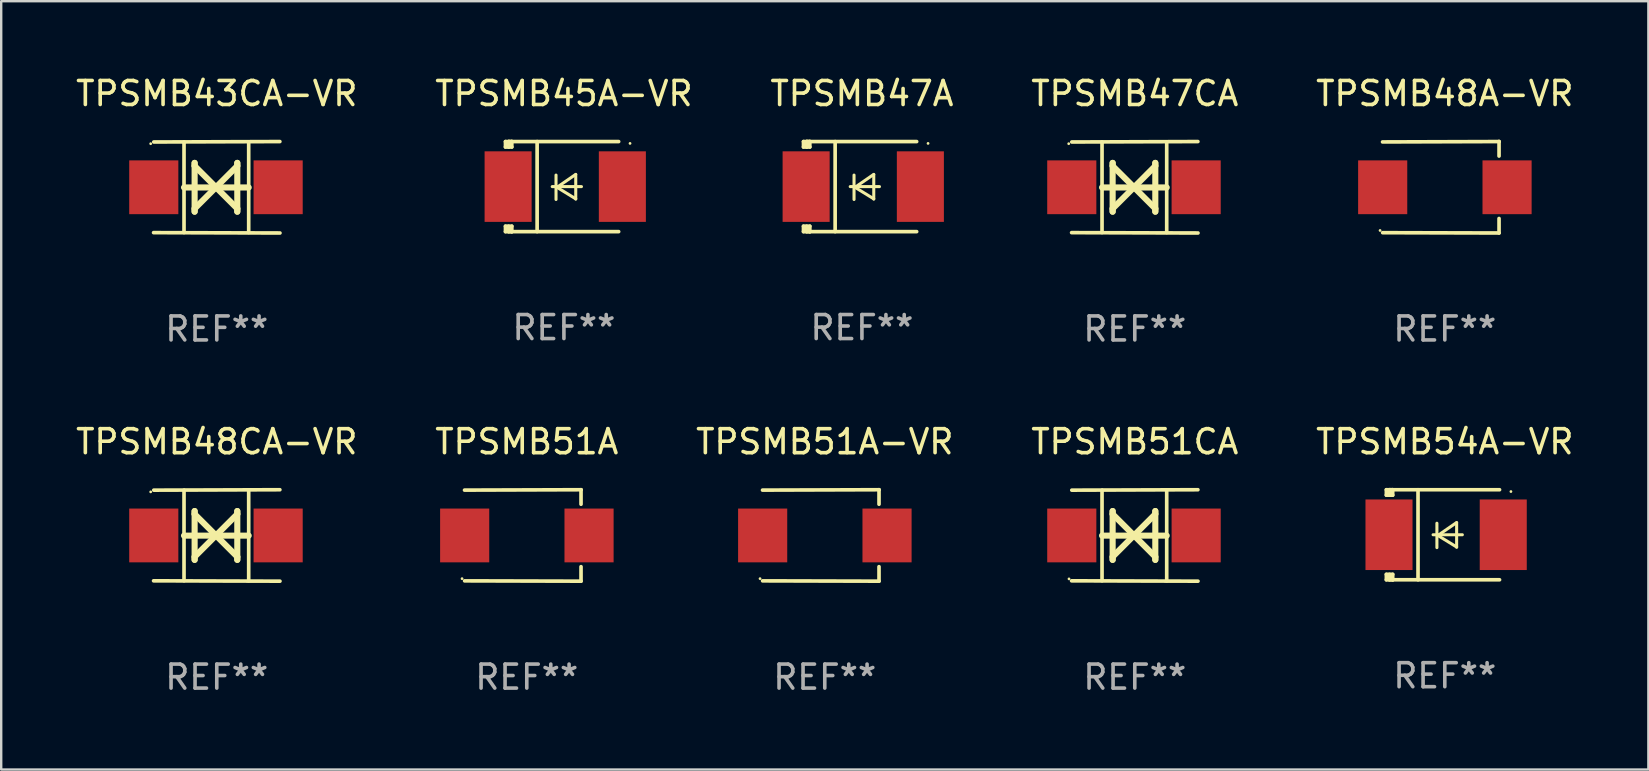
<source format=kicad_pcb>
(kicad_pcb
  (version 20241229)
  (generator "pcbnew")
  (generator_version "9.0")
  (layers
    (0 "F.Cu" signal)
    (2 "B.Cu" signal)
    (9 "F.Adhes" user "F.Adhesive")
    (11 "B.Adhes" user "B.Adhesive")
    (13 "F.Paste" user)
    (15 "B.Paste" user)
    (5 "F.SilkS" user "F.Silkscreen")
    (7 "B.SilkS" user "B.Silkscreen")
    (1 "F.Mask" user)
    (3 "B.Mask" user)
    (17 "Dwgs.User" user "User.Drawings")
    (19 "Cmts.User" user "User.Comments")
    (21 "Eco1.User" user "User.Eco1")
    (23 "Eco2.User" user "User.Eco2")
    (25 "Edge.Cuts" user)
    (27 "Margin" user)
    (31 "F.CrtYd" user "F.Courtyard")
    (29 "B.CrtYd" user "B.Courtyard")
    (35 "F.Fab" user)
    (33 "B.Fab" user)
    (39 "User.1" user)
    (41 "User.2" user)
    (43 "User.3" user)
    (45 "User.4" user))
  (footprint "TPSMB47CA"
    (layer "F.Cu")
    (at 44.232 4.753)
    (property "Reference" "TPSMB47CA" (at 0 -3.905 0) (layer "F.SilkS") (effects (font (size 1 1) (thickness 0.15))))
    (attr through_hole)
    (fp_line (start -1.365 1.886) (end -1.365 -1.886) (stroke (width 0.152) (type solid)) (layer "F.SilkS"))
    (fp_line (start -1.365 0.008) (end 1.33 0.008) (stroke (width 0.254) (type solid)) (layer "F.SilkS"))
    (fp_line (start -0.923 -1.016) (end -0.923 1.016) (stroke (width 0.254) (type solid)) (layer "F.SilkS"))
    (fp_line (start -0.923 -0.889) (end -0.923 -1.016) (stroke (width 0.254) (type solid)) (layer "F.SilkS"))
    (fp_line (start -0.923 0.889) (end -0.034 0) (stroke (width 0.254) (type solid)) (layer "F.SilkS"))
    (fp_line (start -0.923 1.016) (end -0.923 0.889) (stroke (width 0.254) (type solid)) (layer "F.SilkS"))
    (fp_line (start -0.034 0) (end -0.923 -0.889) (stroke (width 0.254) (type solid)) (layer "F.SilkS"))
    (fp_line (start -0.034 0) (end 0.855 0.889) (stroke (width 0.254) (type solid)) (layer "F.SilkS"))
    (fp_line (start 0.855 -1.016) (end 0.855 -0.889) (stroke (width 0.254) (type solid)) (layer "F.SilkS"))
    (fp_line (start 0.855 -0.889) (end -0.034 0) (stroke (width 0.254) (type solid)) (layer "F.SilkS"))
    (fp_line (start 0.855 0.889) (end 0.855 1.016) (stroke (width 0.254) (type solid)) (layer "F.SilkS"))
    (fp_line (start 0.855 1.016) (end 0.855 -1.016) (stroke (width 0.254) (type solid)) (layer "F.SilkS"))
    (fp_line (start 1.33 1.886) (end 1.33 -1.886) (stroke (width 0.152) (type solid)) (layer "F.SilkS"))
    (fp_line (start 2.629 -1.905) (end -2.625 -1.887) (stroke (width 0.152) (type solid)) (layer "F.SilkS"))
    (fp_line (start 2.633 1.905) (end -2.633 1.89) (stroke (width 0.152) (type solid)) (layer "F.SilkS"))
    (fp_circle (center -2.753 -1.816) (end -2.723 -1.816) (stroke (width 0.06) (type solid)) (fill no) (layer "F.SilkS"))
    (fp_text user "REF**" (at 0 5.905 0) (layer "F.Fab") (effects (font (size 1 1) (thickness 0.15))))
    (pad "1" smd rect (at -2.625 0) (size 2.047 2.241) (layers "F.Cu" "F.Mask" "F.Paste"))
    (pad "2" smd rect (at 2.557 0) (size 2.047 2.241) (layers "F.Cu" "F.Mask" "F.Paste")))
  (footprint "TPSMB48CA-VR"
    (layer "F.Cu")
    (at 5.982 19.26)
    (property "Reference" "TPSMB48CA-VR" (at 0 -3.905 0) (layer "F.SilkS") (effects (font (size 1 1) (thickness 0.15))))
    (attr through_hole)
    (fp_line (start -1.365 1.886) (end -1.365 -1.886) (stroke (width 0.152) (type solid)) (layer "F.SilkS"))
    (fp_line (start -1.365 0.008) (end 1.33 0.008) (stroke (width 0.254) (type solid)) (layer "F.SilkS"))
    (fp_line (start -0.923 -1.016) (end -0.923 1.016) (stroke (width 0.254) (type solid)) (layer "F.SilkS"))
    (fp_line (start -0.923 -0.889) (end -0.923 -1.016) (stroke (width 0.254) (type solid)) (layer "F.SilkS"))
    (fp_line (start -0.923 0.889) (end -0.034 0) (stroke (width 0.254) (type solid)) (layer "F.SilkS"))
    (fp_line (start -0.923 1.016) (end -0.923 0.889) (stroke (width 0.254) (type solid)) (layer "F.SilkS"))
    (fp_line (start -0.034 0) (end -0.923 -0.889) (stroke (width 0.254) (type solid)) (layer "F.SilkS"))
    (fp_line (start -0.034 0) (end 0.855 0.889) (stroke (width 0.254) (type solid)) (layer "F.SilkS"))
    (fp_line (start 0.855 -1.016) (end 0.855 -0.889) (stroke (width 0.254) (type solid)) (layer "F.SilkS"))
    (fp_line (start 0.855 -0.889) (end -0.034 0) (stroke (width 0.254) (type solid)) (layer "F.SilkS"))
    (fp_line (start 0.855 0.889) (end 0.855 1.016) (stroke (width 0.254) (type solid)) (layer "F.SilkS"))
    (fp_line (start 0.855 1.016) (end 0.855 -1.016) (stroke (width 0.254) (type solid)) (layer "F.SilkS"))
    (fp_line (start 1.33 1.886) (end 1.33 -1.886) (stroke (width 0.152) (type solid)) (layer "F.SilkS"))
    (fp_line (start 2.629 -1.905) (end -2.625 -1.887) (stroke (width 0.152) (type solid)) (layer "F.SilkS"))
    (fp_line (start 2.633 1.905) (end -2.633 1.89) (stroke (width 0.152) (type solid)) (layer "F.SilkS"))
    (fp_circle (center -2.753 -1.816) (end -2.723 -1.816) (stroke (width 0.06) (type solid)) (fill no) (layer "F.SilkS"))
    (fp_text user "REF**" (at 0 5.905 0) (layer "F.Fab") (effects (font (size 1 1) (thickness 0.15))))
    (pad "1" smd rect (at -2.625 0) (size 2.047 2.241) (layers "F.Cu" "F.Mask" "F.Paste"))
    (pad "2" smd rect (at 2.557 0) (size 2.047 2.241) (layers "F.Cu" "F.Mask" "F.Paste")))
  (footprint "TPSMB51A"
    (layer "F.Cu")
    (at 18.899 19.26)
    (property "Reference" "TPSMB51A" (at 0 -3.905 0) (layer "F.SilkS") (effects (font (size 1 1) (thickness 0.15))))
    (attr through_hole)
    (fp_line (start 2.256 -1.905) (end -2.594 -1.889) (stroke (width 0.152) (type solid)) (layer "F.SilkS"))
    (fp_line (start 2.256 -1.905) (end 2.26 -1.905) (stroke (width 0.152) (type solid)) (layer "F.SilkS"))
    (fp_line (start 2.26 -1.905) (end 2.26 -1.301) (stroke (width 0.152) (type solid)) (layer "F.SilkS"))
    (fp_line (start 2.26 1.301) (end 2.26 1.905) (stroke (width 0.152) (type solid)) (layer "F.SilkS"))
    (fp_line (start 2.26 1.905) (end -2.59 1.892) (stroke (width 0.152) (type solid)) (layer "F.SilkS"))
    (fp_circle (center -2.697 1.8) (end -2.667 1.8) (stroke (width 0.06) (type solid)) (fill no) (layer "F.SilkS"))
    (fp_text user "REF**" (at 0 5.905 0) (layer "F.Fab") (effects (font (size 1 1) (thickness 0.15))))
    (pad "1" smd rect (at -2.588 0) (size 2.047 2.241) (layers "F.Cu" "F.Mask" "F.Paste"))
    (pad "2" smd rect (at 2.594 0) (size 2.047 2.241) (layers "F.Cu" "F.Mask" "F.Paste")))
  (footprint "TPSMB48A-VR"
    (layer "F.Cu")
    (at 57.149 4.753)
    (property "Reference" "TPSMB48A-VR" (at 0 -3.905 0) (layer "F.SilkS") (effects (font (size 1 1) (thickness 0.15))))
    (attr through_hole)
    (fp_line (start 2.256 -1.905) (end -2.594 -1.889) (stroke (width 0.152) (type solid)) (layer "F.SilkS"))
    (fp_line (start 2.256 -1.905) (end 2.26 -1.905) (stroke (width 0.152) (type solid)) (layer "F.SilkS"))
    (fp_line (start 2.26 -1.905) (end 2.26 -1.301) (stroke (width 0.152) (type solid)) (layer "F.SilkS"))
    (fp_line (start 2.26 1.301) (end 2.26 1.905) (stroke (width 0.152) (type solid)) (layer "F.SilkS"))
    (fp_line (start 2.26 1.905) (end -2.59 1.892) (stroke (width 0.152) (type solid)) (layer "F.SilkS"))
    (fp_circle (center -2.697 1.8) (end -2.667 1.8) (stroke (width 0.06) (type solid)) (fill no) (layer "F.SilkS"))
    (fp_text user "REF**" (at 0 5.905 0) (layer "F.Fab") (effects (font (size 1 1) (thickness 0.15))))
    (pad "1" smd rect (at -2.588 0) (size 2.047 2.241) (layers "F.Cu" "F.Mask" "F.Paste"))
    (pad "2" smd rect (at 2.594 0) (size 2.047 2.241) (layers "F.Cu" "F.Mask" "F.Paste")))
  (footprint "TPSMB45A-VR"
    (layer "F.Cu")
    (at 20.446 4.725)
    (property "Reference" "TPSMB45A-VR" (at 0 -3.876 0) (layer "F.SilkS") (effects (font (size 1 1) (thickness 0.15))))
    (attr through_hole)
    (fp_line (start -2.435 1.65) (end -2.171 1.65) (stroke (width 0.152) (type solid)) (layer "F.SilkS"))
    (fp_line (start -2.435 1.876) (end -2.435 1.65) (stroke (width 0.152) (type solid)) (layer "F.SilkS"))
    (fp_line (start -2.435 -1.876) (end -2.171 -1.876) (stroke (width 0.152) (type solid)) (layer "F.SilkS"))
    (fp_line (start -2.435 -1.65) (end -2.435 -1.876) (stroke (width 0.152) (type solid)) (layer "F.SilkS"))
    (fp_line (start -2.305 -1.866) (end -2.295 -1.876) (stroke (width 0.152) (type solid)) (layer "F.SilkS"))
    (fp_line (start -2.305 -1.65) (end -2.305 -1.866) (stroke (width 0.152) (type solid)) (layer "F.SilkS"))
    (fp_line (start -2.305 1.876) (end -2.305 1.65) (stroke (width 0.152) (type solid)) (layer "F.SilkS"))
    (fp_line (start -2.295 -1.876) (end -2.295 -1.65) (stroke (width 0.152) (type solid)) (layer "F.SilkS"))
    (fp_line (start -2.171 1.876) (end -2.435 1.876) (stroke (width 0.152) (type solid)) (layer "F.SilkS"))
    (fp_line (start -2.171 -1.65) (end -2.435 -1.65) (stroke (width 0.152) (type solid)) (layer "F.SilkS"))
    (fp_line (start -2.171 -1.876) (end -2.295 -1.876) (stroke (width 0.152) (type solid)) (layer "F.SilkS"))
    (fp_line (start -2.171 -1.65) (end -2.171 -1.876) (stroke (width 0.152) (type solid)) (layer "F.SilkS"))
    (fp_line (start -2.171 1.876) (end -2.305 1.876) (stroke (width 0.152) (type solid)) (layer "F.SilkS"))
    (fp_line (start -2.171 1.876) (end -2.171 1.65) (stroke (width 0.152) (type solid)) (layer "F.SilkS"))
    (fp_line (start -1.116 1.876) (end -1.116 -1.876) (stroke (width 0.152) (type solid)) (layer "F.SilkS"))
    (fp_line (start -0.488 0.000102) (end 0.731 0.000102) (stroke (width 0.127) (type solid)) (layer "F.SilkS"))
    (fp_line (start -0.329 -0.48) (end -0.329 0.536) (stroke (width 0.127) (type solid)) (layer "F.SilkS"))
    (fp_line (start -0.29 0.03) (end 0.493 0.51) (stroke (width 0.127) (type solid)) (layer "F.SilkS"))
    (fp_line (start 0.493 -0.51) (end -0.29 0.03) (stroke (width 0.127) (type solid)) (layer "F.SilkS"))
    (fp_line (start 0.493 0.52) (end 0.493 -0.496) (stroke (width 0.127) (type solid)) (layer "F.SilkS"))
    (fp_line (start 2.281 -1.876) (end -2.171 -1.876) (stroke (width 0.152) (type solid)) (layer "F.SilkS"))
    (fp_line (start 2.281 1.876) (end -2.171 1.876) (stroke (width 0.152) (type solid)) (layer "F.SilkS"))
    (fp_circle (center 2.755 -1.8) (end 2.785 -1.8) (stroke (width 0.06) (type solid)) (fill no) (layer "F.SilkS"))
    (fp_text user "REF**" (at 0 5.876 0) (layer "F.Fab") (effects (font (size 1 1) (thickness 0.15))))
    (pad "1" smd rect (at 2.435 -0.000025 180) (size 1.96 2.94) (layers "F.Cu" "F.Mask" "F.Paste"))
    (pad "2" smd rect (at -2.325 -0.000025 180) (size 1.96 2.94) (layers "F.Cu" "F.Mask" "F.Paste")))
  (footprint "TPSMB51CA"
    (layer "F.Cu")
    (at 44.232 19.26)
    (property "Reference" "TPSMB51CA" (at 0 -3.905 0) (layer "F.SilkS") (effects (font (size 1 1) (thickness 0.15))))
    (attr through_hole)
    (fp_line (start -1.365 1.886) (end -1.365 -1.886) (stroke (width 0.152) (type solid)) (layer "F.SilkS"))
    (fp_line (start -1.365 0.008) (end 1.33 0.008) (stroke (width 0.254) (type solid)) (layer "F.SilkS"))
    (fp_line (start -0.923 -1.016) (end -0.923 1.016) (stroke (width 0.254) (type solid)) (layer "F.SilkS"))
    (fp_line (start -0.923 -0.889) (end -0.923 -1.016) (stroke (width 0.254) (type solid)) (layer "F.SilkS"))
    (fp_line (start -0.923 0.889) (end -0.034 0) (stroke (width 0.254) (type solid)) (layer "F.SilkS"))
    (fp_line (start -0.923 1.016) (end -0.923 0.889) (stroke (width 0.254) (type solid)) (layer "F.SilkS"))
    (fp_line (start -0.034 0) (end -0.923 -0.889) (stroke (width 0.254) (type solid)) (layer "F.SilkS"))
    (fp_line (start -0.034 0) (end 0.855 0.889) (stroke (width 0.254) (type solid)) (layer "F.SilkS"))
    (fp_line (start 0.855 -1.016) (end 0.855 -0.889) (stroke (width 0.254) (type solid)) (layer "F.SilkS"))
    (fp_line (start 0.855 -0.889) (end -0.034 0) (stroke (width 0.254) (type solid)) (layer "F.SilkS"))
    (fp_line (start 0.855 0.889) (end 0.855 1.016) (stroke (width 0.254) (type solid)) (layer "F.SilkS"))
    (fp_line (start 0.855 1.016) (end 0.855 -1.016) (stroke (width 0.254) (type solid)) (layer "F.SilkS"))
    (fp_line (start 1.33 1.886) (end 1.33 -1.886) (stroke (width 0.152) (type solid)) (layer "F.SilkS"))
    (fp_line (start 2.629 -1.905) (end -2.625 -1.887) (stroke (width 0.152) (type solid)) (layer "F.SilkS"))
    (fp_line (start 2.633 1.905) (end -2.633 1.89) (stroke (width 0.152) (type solid)) (layer "F.SilkS"))
    (fp_circle (center -2.741 1.81) (end -2.711 1.81) (stroke (width 0.06) (type solid)) (fill no) (layer "F.SilkS"))
    (fp_text user "REF**" (at 0 5.905 0) (layer "F.Fab") (effects (font (size 1 1) (thickness 0.15))))
    (pad "1" smd rect (at -2.625 0) (size 2.047 2.241) (layers "F.Cu" "F.Mask" "F.Paste"))
    (pad "2" smd rect (at 2.557 0) (size 2.047 2.241) (layers "F.Cu" "F.Mask" "F.Paste")))
  (footprint "TPSMB51A-VR"
    (layer "F.Cu")
    (at 31.315 19.26)
    (property "Reference" "TPSMB51A-VR" (at 0 -3.905 0) (layer "F.SilkS") (effects (font (size 1 1) (thickness 0.15))))
    (attr through_hole)
    (fp_line (start 2.256 -1.905) (end -2.594 -1.889) (stroke (width 0.152) (type solid)) (layer "F.SilkS"))
    (fp_line (start 2.256 -1.905) (end 2.26 -1.905) (stroke (width 0.152) (type solid)) (layer "F.SilkS"))
    (fp_line (start 2.26 -1.905) (end 2.26 -1.301) (stroke (width 0.152) (type solid)) (layer "F.SilkS"))
    (fp_line (start 2.26 1.301) (end 2.26 1.905) (stroke (width 0.152) (type solid)) (layer "F.SilkS"))
    (fp_line (start 2.26 1.905) (end -2.59 1.892) (stroke (width 0.152) (type solid)) (layer "F.SilkS"))
    (fp_circle (center -2.697 1.8) (end -2.667 1.8) (stroke (width 0.06) (type solid)) (fill no) (layer "F.SilkS"))
    (fp_text user "REF**" (at 0 5.905 0) (layer "F.Fab") (effects (font (size 1 1) (thickness 0.15))))
    (pad "1" smd rect (at -2.588 0) (size 2.047 2.241) (layers "F.Cu" "F.Mask" "F.Paste"))
    (pad "2" smd rect (at 2.594 0) (size 2.047 2.241) (layers "F.Cu" "F.Mask" "F.Paste")))
  (footprint "TPSMB43CA-VR"
    (layer "F.Cu")
    (at 5.982 4.753)
    (property "Reference" "TPSMB43CA-VR" (at 0 -3.905 0) (layer "F.SilkS") (effects (font (size 1 1) (thickness 0.15))))
    (attr through_hole)
    (fp_line (start -1.365 1.886) (end -1.365 -1.886) (stroke (width 0.152) (type solid)) (layer "F.SilkS"))
    (fp_line (start -1.365 0.008) (end 1.33 0.008) (stroke (width 0.254) (type solid)) (layer "F.SilkS"))
    (fp_line (start -0.923 -1.016) (end -0.923 1.016) (stroke (width 0.254) (type solid)) (layer "F.SilkS"))
    (fp_line (start -0.923 -0.889) (end -0.923 -1.016) (stroke (width 0.254) (type solid)) (layer "F.SilkS"))
    (fp_line (start -0.923 0.889) (end -0.034 0) (stroke (width 0.254) (type solid)) (layer "F.SilkS"))
    (fp_line (start -0.923 1.016) (end -0.923 0.889) (stroke (width 0.254) (type solid)) (layer "F.SilkS"))
    (fp_line (start -0.034 0) (end -0.923 -0.889) (stroke (width 0.254) (type solid)) (layer "F.SilkS"))
    (fp_line (start -0.034 0) (end 0.855 0.889) (stroke (width 0.254) (type solid)) (layer "F.SilkS"))
    (fp_line (start 0.855 -1.016) (end 0.855 -0.889) (stroke (width 0.254) (type solid)) (layer "F.SilkS"))
    (fp_line (start 0.855 -0.889) (end -0.034 0) (stroke (width 0.254) (type solid)) (layer "F.SilkS"))
    (fp_line (start 0.855 0.889) (end 0.855 1.016) (stroke (width 0.254) (type solid)) (layer "F.SilkS"))
    (fp_line (start 0.855 1.016) (end 0.855 -1.016) (stroke (width 0.254) (type solid)) (layer "F.SilkS"))
    (fp_line (start 1.33 1.886) (end 1.33 -1.886) (stroke (width 0.152) (type solid)) (layer "F.SilkS"))
    (fp_line (start 2.629 -1.905) (end -2.625 -1.887) (stroke (width 0.152) (type solid)) (layer "F.SilkS"))
    (fp_line (start 2.633 1.905) (end -2.633 1.89) (stroke (width 0.152) (type solid)) (layer "F.SilkS"))
    (fp_circle (center -2.753 -1.816) (end -2.723 -1.816) (stroke (width 0.06) (type solid)) (fill no) (layer "F.SilkS"))
    (fp_text user "REF**" (at 0 5.905 0) (layer "F.Fab") (effects (font (size 1 1) (thickness 0.15))))
    (pad "1" smd rect (at -2.625 0) (size 2.047 2.241) (layers "F.Cu" "F.Mask" "F.Paste"))
    (pad "2" smd rect (at 2.557 0) (size 2.047 2.241) (layers "F.Cu" "F.Mask" "F.Paste")))
  (footprint "TPSMB47A"
    (layer "F.Cu")
    (at 32.863 4.725)
    (property "Reference" "TPSMB47A" (at 0 -3.876 0) (layer "F.SilkS") (effects (font (size 1 1) (thickness 0.15))))
    (attr through_hole)
    (fp_line (start -2.435 1.65) (end -2.171 1.65) (stroke (width 0.152) (type solid)) (layer "F.SilkS"))
    (fp_line (start -2.435 1.876) (end -2.435 1.65) (stroke (width 0.152) (type solid)) (layer "F.SilkS"))
    (fp_line (start -2.435 -1.876) (end -2.171 -1.876) (stroke (width 0.152) (type solid)) (layer "F.SilkS"))
    (fp_line (start -2.435 -1.65) (end -2.435 -1.876) (stroke (width 0.152) (type solid)) (layer "F.SilkS"))
    (fp_line (start -2.305 -1.866) (end -2.295 -1.876) (stroke (width 0.152) (type solid)) (layer "F.SilkS"))
    (fp_line (start -2.305 -1.65) (end -2.305 -1.866) (stroke (width 0.152) (type solid)) (layer "F.SilkS"))
    (fp_line (start -2.305 1.876) (end -2.305 1.65) (stroke (width 0.152) (type solid)) (layer "F.SilkS"))
    (fp_line (start -2.295 -1.876) (end -2.295 -1.65) (stroke (width 0.152) (type solid)) (layer "F.SilkS"))
    (fp_line (start -2.171 1.876) (end -2.435 1.876) (stroke (width 0.152) (type solid)) (layer "F.SilkS"))
    (fp_line (start -2.171 -1.65) (end -2.435 -1.65) (stroke (width 0.152) (type solid)) (layer "F.SilkS"))
    (fp_line (start -2.171 -1.876) (end -2.295 -1.876) (stroke (width 0.152) (type solid)) (layer "F.SilkS"))
    (fp_line (start -2.171 -1.65) (end -2.171 -1.876) (stroke (width 0.152) (type solid)) (layer "F.SilkS"))
    (fp_line (start -2.171 1.876) (end -2.305 1.876) (stroke (width 0.152) (type solid)) (layer "F.SilkS"))
    (fp_line (start -2.171 1.876) (end -2.171 1.65) (stroke (width 0.152) (type solid)) (layer "F.SilkS"))
    (fp_line (start -1.116 1.876) (end -1.116 -1.876) (stroke (width 0.152) (type solid)) (layer "F.SilkS"))
    (fp_line (start -0.488 0.000102) (end 0.731 0.000102) (stroke (width 0.127) (type solid)) (layer "F.SilkS"))
    (fp_line (start -0.329 -0.48) (end -0.329 0.536) (stroke (width 0.127) (type solid)) (layer "F.SilkS"))
    (fp_line (start -0.29 0.03) (end 0.493 0.51) (stroke (width 0.127) (type solid)) (layer "F.SilkS"))
    (fp_line (start 0.493 -0.51) (end -0.29 0.03) (stroke (width 0.127) (type solid)) (layer "F.SilkS"))
    (fp_line (start 0.493 0.52) (end 0.493 -0.496) (stroke (width 0.127) (type solid)) (layer "F.SilkS"))
    (fp_line (start 2.281 -1.876) (end -2.171 -1.876) (stroke (width 0.152) (type solid)) (layer "F.SilkS"))
    (fp_line (start 2.281 1.876) (end -2.171 1.876) (stroke (width 0.152) (type solid)) (layer "F.SilkS"))
    (fp_circle (center 2.755 -1.8) (end 2.785 -1.8) (stroke (width 0.06) (type solid)) (fill no) (layer "F.SilkS"))
    (fp_text user "REF**" (at 0 5.876 0) (layer "F.Fab") (effects (font (size 1 1) (thickness 0.15))))
    (pad "1" smd rect (at 2.435 -0.000025 180) (size 1.96 2.94) (layers "F.Cu" "F.Mask" "F.Paste"))
    (pad "2" smd rect (at -2.325 -0.000025 180) (size 1.96 2.94) (layers "F.Cu" "F.Mask" "F.Paste")))
  (footprint "TPSMB54A-VR"
    (layer "F.Cu")
    (at 57.149 19.231)
    (property "Reference" "TPSMB54A-VR" (at 0 -3.876 0) (layer "F.SilkS") (effects (font (size 1 1) (thickness 0.15))))
    (attr through_hole)
    (fp_line (start -2.435 1.65) (end -2.171 1.65) (stroke (width 0.152) (type solid)) (layer "F.SilkS"))
    (fp_line (start -2.435 1.876) (end -2.435 1.65) (stroke (width 0.152) (type solid)) (layer "F.SilkS"))
    (fp_line (start -2.435 -1.876) (end -2.171 -1.876) (stroke (width 0.152) (type solid)) (layer "F.SilkS"))
    (fp_line (start -2.435 -1.65) (end -2.435 -1.876) (stroke (width 0.152) (type solid)) (layer "F.SilkS"))
    (fp_line (start -2.305 -1.866) (end -2.295 -1.876) (stroke (width 0.152) (type solid)) (layer "F.SilkS"))
    (fp_line (start -2.305 -1.65) (end -2.305 -1.866) (stroke (width 0.152) (type solid)) (layer "F.SilkS"))
    (fp_line (start -2.305 1.876) (end -2.305 1.65) (stroke (width 0.152) (type solid)) (layer "F.SilkS"))
    (fp_line (start -2.295 -1.876) (end -2.295 -1.65) (stroke (width 0.152) (type solid)) (layer "F.SilkS"))
    (fp_line (start -2.171 1.876) (end -2.435 1.876) (stroke (width 0.152) (type solid)) (layer "F.SilkS"))
    (fp_line (start -2.171 -1.65) (end -2.435 -1.65) (stroke (width 0.152) (type solid)) (layer "F.SilkS"))
    (fp_line (start -2.171 -1.876) (end -2.295 -1.876) (stroke (width 0.152) (type solid)) (layer "F.SilkS"))
    (fp_line (start -2.171 -1.65) (end -2.171 -1.876) (stroke (width 0.152) (type solid)) (layer "F.SilkS"))
    (fp_line (start -2.171 1.876) (end -2.305 1.876) (stroke (width 0.152) (type solid)) (layer "F.SilkS"))
    (fp_line (start -2.171 1.876) (end -2.171 1.65) (stroke (width 0.152) (type solid)) (layer "F.SilkS"))
    (fp_line (start -1.116 1.876) (end -1.116 -1.876) (stroke (width 0.152) (type solid)) (layer "F.SilkS"))
    (fp_line (start -0.488 0.000102) (end 0.731 0.000102) (stroke (width 0.127) (type solid)) (layer "F.SilkS"))
    (fp_line (start -0.329 -0.48) (end -0.329 0.536) (stroke (width 0.127) (type solid)) (layer "F.SilkS"))
    (fp_line (start -0.29 0.03) (end 0.493 0.51) (stroke (width 0.127) (type solid)) (layer "F.SilkS"))
    (fp_line (start 0.493 -0.51) (end -0.29 0.03) (stroke (width 0.127) (type solid)) (layer "F.SilkS"))
    (fp_line (start 0.493 0.52) (end 0.493 -0.496) (stroke (width 0.127) (type solid)) (layer "F.SilkS"))
    (fp_line (start 2.281 -1.876) (end -2.171 -1.876) (stroke (width 0.152) (type solid)) (layer "F.SilkS"))
    (fp_line (start 2.281 1.876) (end -2.171 1.876) (stroke (width 0.152) (type solid)) (layer "F.SilkS"))
    (fp_circle (center 2.755 -1.8) (end 2.785 -1.8) (stroke (width 0.06) (type solid)) (fill no) (layer "F.SilkS"))
    (fp_text user "REF**" (at 0 5.876 0) (layer "F.Fab") (effects (font (size 1 1) (thickness 0.15))))
    (pad "1" smd rect (at 2.435 -0.000025 180) (size 1.96 2.94) (layers "F.Cu" "F.Mask" "F.Paste"))
    (pad "2" smd rect (at -2.325 -0.000025 180) (size 1.96 2.94) (layers "F.Cu" "F.Mask" "F.Paste")))
  (gr_rect
    (start -3 -3)
    (end 65.631 29.013)
    (stroke (width 0.1) (type default))
    (fill no)
    (layer "Edge.Cuts")))
</source>
